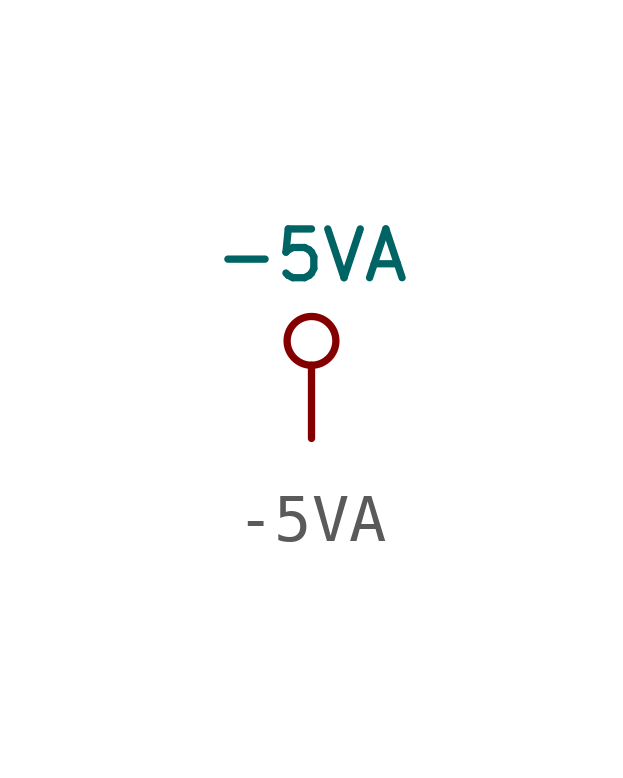
<source format=kicad_sym>
(kicad_symbol_lib
  (version 20211014)
  (generator kicad_symbol_editor)
  (symbol "-5VA"
    (pin_names
      (offset 0))
    (property "Reference" "#PWR"
      (at 0 5.08 0)
      (effects (font (size 1.016 1.016)) hide))
    (property "Value" "-5VA"
      (at 0 3.81 0)
      (effects (font (size 1.016 1.016))))
    (symbol "-5VA_0_0"
      (pin power_in line (at 0 0 90) (length 0) hide (name "-5VA" (effects (font (size 1.016 1.016)))) (number "1" (effects (font (size 1.016 1.016))))))
    (symbol "-5VA_0_1"
      (polyline (pts (xy 0 1.524) (xy 0 0)) (stroke (width 0) (type default) (color 0 0 0 0)) (fill (type none)))
      (circle (center 0 2.032) (radius 0.508) (stroke (width 0) (type default) (color 0 0 0 0)) (fill (type none))))))
</source>
